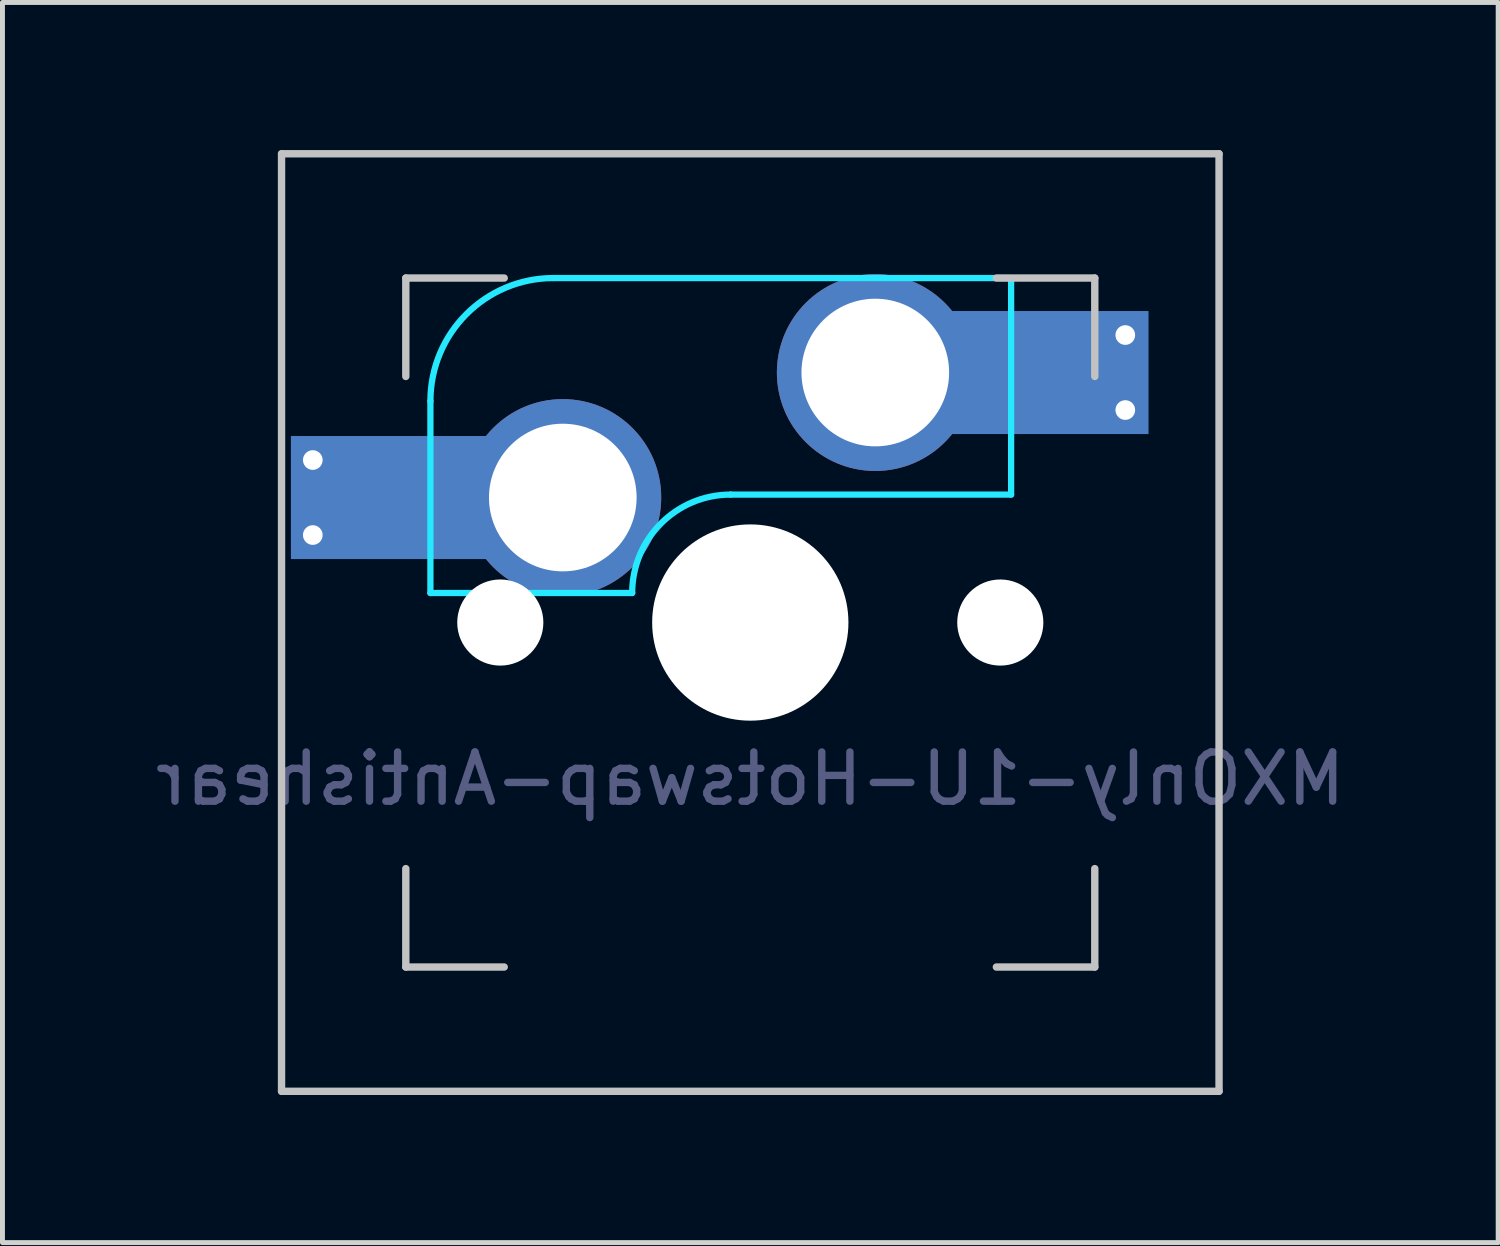
<source format=kicad_pcb>
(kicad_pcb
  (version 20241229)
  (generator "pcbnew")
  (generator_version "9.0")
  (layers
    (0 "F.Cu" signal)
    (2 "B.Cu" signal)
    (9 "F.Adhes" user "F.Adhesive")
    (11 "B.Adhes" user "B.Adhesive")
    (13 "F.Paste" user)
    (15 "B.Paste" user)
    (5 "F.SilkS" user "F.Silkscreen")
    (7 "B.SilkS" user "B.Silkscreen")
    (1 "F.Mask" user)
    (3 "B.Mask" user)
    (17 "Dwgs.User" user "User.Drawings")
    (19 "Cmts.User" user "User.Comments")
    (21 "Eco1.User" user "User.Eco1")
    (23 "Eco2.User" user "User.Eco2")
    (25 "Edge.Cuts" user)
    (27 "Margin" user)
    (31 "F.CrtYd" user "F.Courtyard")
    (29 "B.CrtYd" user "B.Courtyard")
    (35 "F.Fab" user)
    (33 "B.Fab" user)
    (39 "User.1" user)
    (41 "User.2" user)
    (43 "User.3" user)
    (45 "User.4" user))
  (footprint "MXOnly-1U-Hotswap-Antishear"
    (layer "F.Cu")
    (at 12.196 9.6)
    (property "Reference" "MXOnly-1U-Hotswap-Antishear" (at 0 3.175 0) (layer "B.Fab") (effects (font (size 1 1) (thickness 0.15)) (justify mirror)))
    (attr through_hole)
    (fp_line (start -9.525 -9.525) (end 9.525 -9.525) (stroke (width 0.15) (type solid)) (layer "Dwgs.User"))
    (fp_line (start -9.525 9.525) (end -9.525 -9.525) (stroke (width 0.15) (type solid)) (layer "Dwgs.User"))
    (fp_line (start -7 -7) (end -7 -5) (stroke (width 0.15) (type solid)) (layer "Dwgs.User"))
    (fp_line (start -7 5) (end -7 7) (stroke (width 0.15) (type solid)) (layer "Dwgs.User"))
    (fp_line (start -7 7) (end -5 7) (stroke (width 0.15) (type solid)) (layer "Dwgs.User"))
    (fp_line (start -5 -7) (end -7 -7) (stroke (width 0.15) (type solid)) (layer "Dwgs.User"))
    (fp_line (start 5 -7) (end 7 -7) (stroke (width 0.15) (type solid)) (layer "Dwgs.User"))
    (fp_line (start 5 7) (end 7 7) (stroke (width 0.15) (type solid)) (layer "Dwgs.User"))
    (fp_line (start 7 -7) (end 7 -5) (stroke (width 0.15) (type solid)) (layer "Dwgs.User"))
    (fp_line (start 7 7) (end 7 5) (stroke (width 0.15) (type solid)) (layer "Dwgs.User"))
    (fp_line (start 9.525 -9.525) (end 9.525 9.525) (stroke (width 0.15) (type solid)) (layer "Dwgs.User"))
    (fp_line (start 9.525 9.525) (end -9.525 9.525) (stroke (width 0.15) (type solid)) (layer "Dwgs.User"))
    (fp_line (start -6.5 -4.5) (end -6.5 -0.6) (stroke (width 0.127) (type solid)) (layer "B.CrtYd"))
    (fp_line (start -6.5 -0.6) (end -2.4 -0.6) (stroke (width 0.127) (type solid)) (layer "B.CrtYd"))
    (fp_line (start -0.4 -2.6) (end 5.3 -2.6) (stroke (width 0.127) (type solid)) (layer "B.CrtYd"))
    (fp_line (start 5.3 -7) (end -4 -7) (stroke (width 0.127) (type solid)) (layer "B.CrtYd"))
    (fp_line (start 5.3 -7) (end 5.3 -2.6) (stroke (width 0.127) (type solid)) (layer "B.CrtYd"))
    (fp_arc (start -6.5 -4.5) (mid -5.767767 -6.267767) (end -4 -7) (stroke (width 0.127) (type solid)) (layer "B.CrtYd"))
    (fp_arc (start -2.4 -0.6) (mid -1.814214 -2.014214) (end -0.4 -2.6) (stroke (width 0.127) (type solid)) (layer "B.CrtYd"))
    (pad "" smd rect (at -7.085 -2.54) (size 2.55 2.5) (layers "B.Mask" "B.Paste"))
    (pad "" np_thru_hole circle (at -5.08 0 48.1) (size 1.75 1.75) (drill 1.75) (layers "*.Cu" "*.Mask"))
    (pad "" np_thru_hole circle (at 0 0) (size 3.988 3.988) (drill 3.988) (layers "*.Cu" "*.Mask"))
    (pad "" np_thru_hole circle (at 5.08 0 48.1) (size 1.75 1.75) (drill 1.75) (layers "*.Cu" "*.Mask"))
    (pad "" smd rect (at 5.815 -5.08) (size 2.55 2.5) (layers "B.Mask" "B.Paste"))
    (pad "1" thru_hole circle (at -8.89 -3.302) (size 0.8 0.8) (drill 0.4) (layers "*.Cu"))
    (pad "1" thru_hole circle (at -8.89 -1.778) (size 0.8 0.8) (drill 0.4) (layers "*.Cu"))
    (pad "1" smd rect (at -7.085 -2.54) (size 4.5 2.5) (layers "B.Cu"))
    (pad "1" thru_hole circle (at -3.81 -2.54) (size 4 4) (drill 3) (layers "*.Cu"))
    (pad "2" thru_hole circle (at 2.54 -5.08) (size 4 4) (drill 3) (layers "*.Cu"))
    (pad "2" smd rect (at 5.842 -5.08) (size 4.5 2.5) (layers "B.Cu"))
    (pad "2" thru_hole circle (at 7.62 -5.842) (size 0.8 0.8) (drill 0.4) (layers "*.Cu"))
    (pad "2" thru_hole circle (at 7.62 -4.318) (size 0.8 0.8) (drill 0.4) (layers "*.Cu")))
  (gr_rect
    (start -3 -3)
    (end 27.393 22.2)
    (stroke (width 0.1) (type default))
    (fill no)
    (layer "Edge.Cuts")))
</source>
